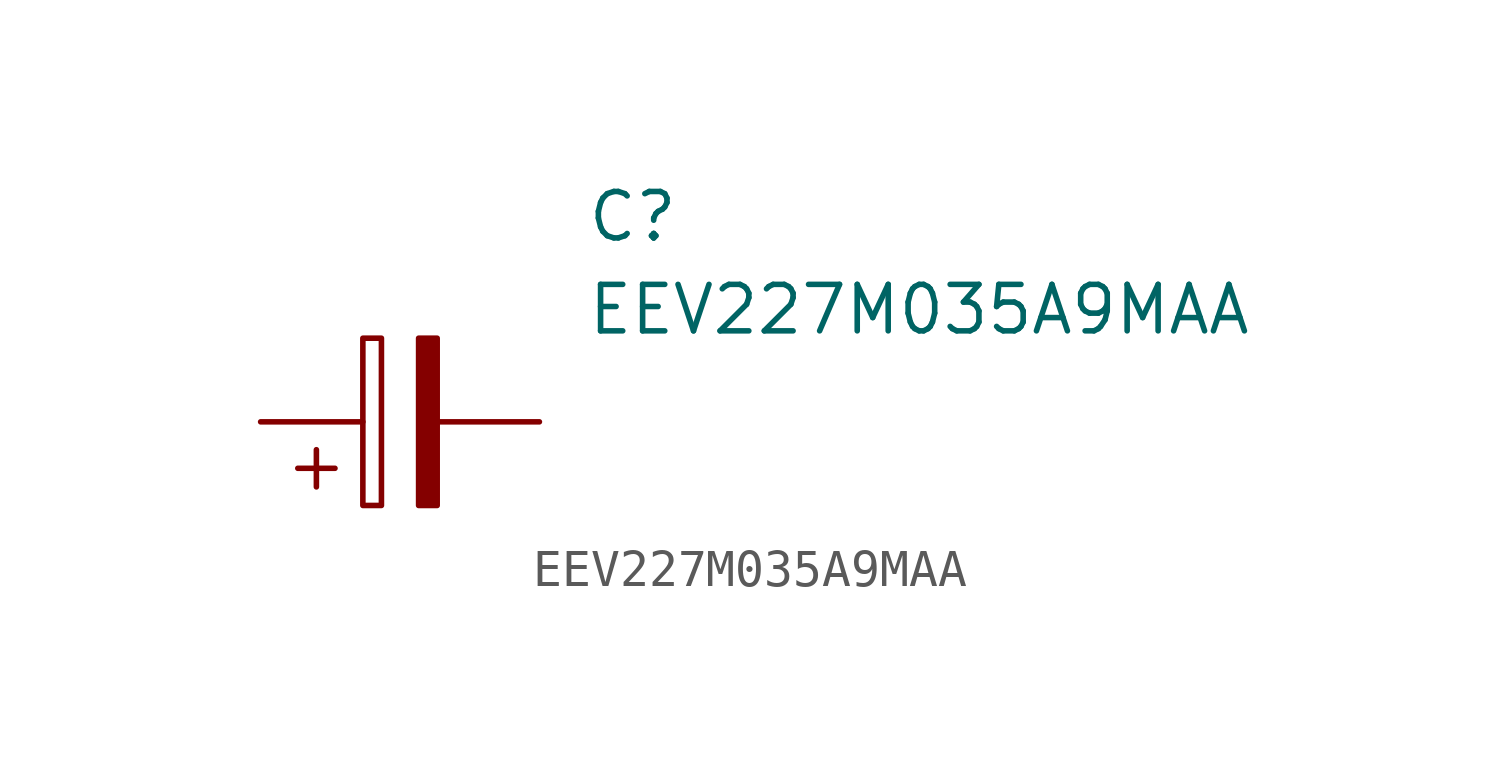
<source format=kicad_sym>
(kicad_symbol_lib
  (version 20220914)
  (generator kicad_symbol_editor)
  (symbol "EEV227M035A9MAA"
    (pin_numbers hide)
    (pin_names hide)
    (property "Reference" "C"
      (at 8.89 6.35 0)
      (effects (font (size 1.27 1.27)) (justify left top)))
    (property "Value" "EEV227M035A9MAA"
      (at 8.89 3.81 0)
      (effects (font (size 1.27 1.27)) (justify left top)))
    (symbol "EEV227M035A9MAA_0_1"
      (polyline (pts (xy 1.016 -1.27) (xy 2.032 -1.27)) (stroke (width 0) (type default)) (fill (type none)))
      (polyline (pts (xy 1.524 -1.778) (xy 1.524 -0.762)) (stroke (width 0) (type default)) (fill (type none)))
      (rectangle (start 3.302 -2.286) (end 2.794 2.286) (stroke (width 0) (type default)) (fill (type none)))
      (rectangle (start 4.318 2.286) (end 4.826 -2.286) (stroke (width 0) (type default)) (fill (type outline))))
    (symbol "EEV227M035A9MAA_1_1"
      (pin passive line (at 0 0 0) (length 2.794) (name "~" (effects (font (size 1.27 1.27)))) (number "1" (effects (font (size 1.27 1.27)))))
      (pin passive line (at 7.62 0 180) (length 2.794) (name "~" (effects (font (size 1.27 1.27)))) (number "2" (effects (font (size 1.27 1.27))))))))
</source>
